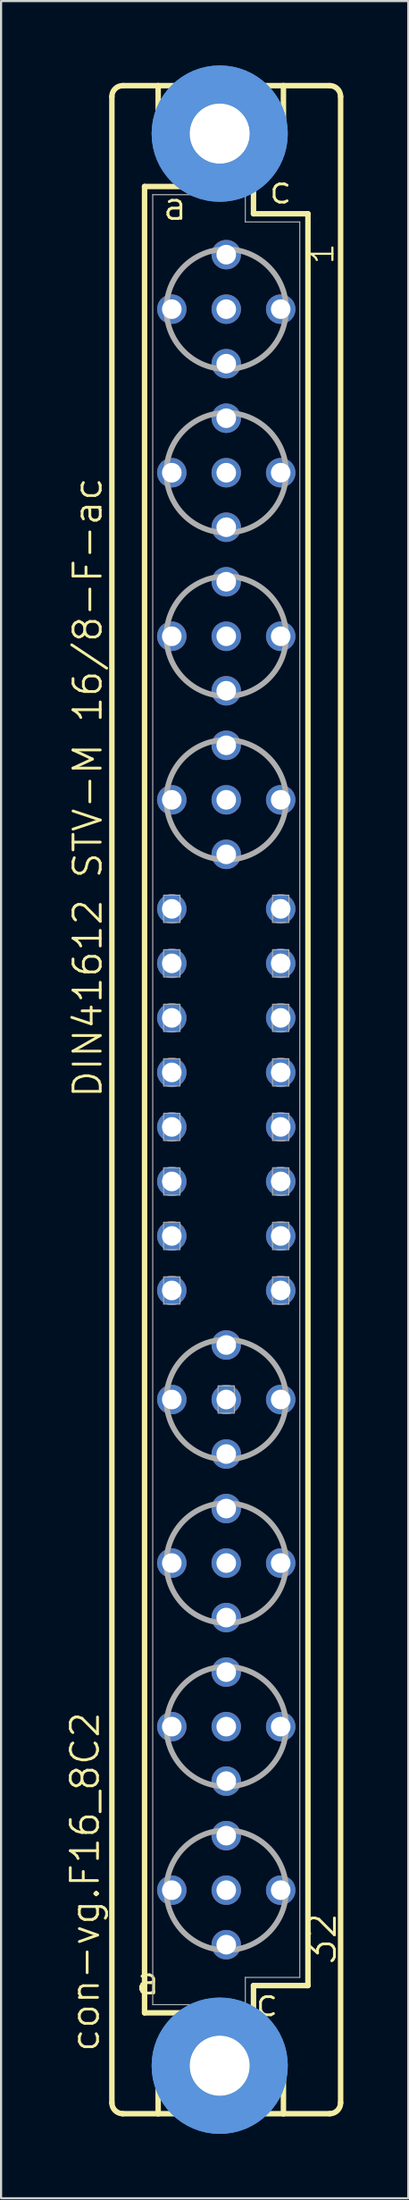
<source format=kicad_pcb>
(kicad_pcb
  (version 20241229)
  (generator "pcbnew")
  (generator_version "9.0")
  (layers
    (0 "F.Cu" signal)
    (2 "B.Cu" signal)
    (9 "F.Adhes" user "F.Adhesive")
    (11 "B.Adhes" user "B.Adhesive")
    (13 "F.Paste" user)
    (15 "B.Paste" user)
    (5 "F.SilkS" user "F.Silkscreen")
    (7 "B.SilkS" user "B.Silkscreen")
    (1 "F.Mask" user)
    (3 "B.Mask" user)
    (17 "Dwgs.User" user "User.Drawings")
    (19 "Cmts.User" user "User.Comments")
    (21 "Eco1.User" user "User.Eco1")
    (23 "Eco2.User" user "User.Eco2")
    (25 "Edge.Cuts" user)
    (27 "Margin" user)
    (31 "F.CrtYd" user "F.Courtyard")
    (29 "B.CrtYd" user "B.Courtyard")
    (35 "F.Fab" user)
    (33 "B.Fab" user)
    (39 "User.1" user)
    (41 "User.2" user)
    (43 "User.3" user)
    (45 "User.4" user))
  (footprint "con-vg.F16_8C2"
    (layer "F.Cu")
    (at 7.502 48.184)
    (property "Reference" "con-vg.F16_8C2" (at -5.842 44.45 90) (layer "F.SilkS") (effects (font (size 1.27 1.27) (thickness 0.13)) (justify left bottom)))
    (attr through_hole)
    (fp_line (start -5.334 46.736) (end -5.334 -46.736) (stroke (width 0.254) (type default)) (layer "F.SilkS"))
    (fp_line (start -4.826 -47.244) (end -3.175 -47.244) (stroke (width 0.254) (type default)) (layer "F.SilkS"))
    (fp_line (start -4.826 47.244) (end -3.175 47.244) (stroke (width 0.254) (type default)) (layer "F.SilkS"))
    (fp_line (start -3.81 -42.545) (end -3.81 42.545) (stroke (width 0.254) (type default)) (layer "F.SilkS"))
    (fp_line (start -3.81 42.545) (end -1.651 42.545) (stroke (width 0.254) (type default)) (layer "F.SilkS"))
    (fp_line (start -3.175 -47.244) (end -3.175 -44.45) (stroke (width 0.254) (type default)) (layer "F.SilkS"))
    (fp_line (start -3.175 47.244) (end -3.175 44.45) (stroke (width 0.254) (type default)) (layer "F.SilkS"))
    (fp_line (start -3.175 47.244) (end 2.667 47.244) (stroke (width 0.254) (type default)) (layer "F.SilkS"))
    (fp_line (start -1.651 -42.545) (end -3.81 -42.545) (stroke (width 0.254) (type default)) (layer "F.SilkS"))
    (fp_line (start -1.651 -42.545) (end -3.175 -44.45) (stroke (width 0.254) (type default)) (layer "F.SilkS"))
    (fp_line (start -1.651 42.545) (end -3.175 44.45) (stroke (width 0.254) (type default)) (layer "F.SilkS"))
    (fp_line (start -1.651 42.545) (end 1.143 42.545) (stroke (width 0.254) (type default)) (layer "F.SilkS"))
    (fp_line (start 1.143 -42.545) (end -1.651 -42.545) (stroke (width 0.254) (type default)) (layer "F.SilkS"))
    (fp_line (start 1.143 -42.545) (end 2.667 -44.45) (stroke (width 0.254) (type default)) (layer "F.SilkS"))
    (fp_line (start 1.143 42.545) (end 1.27 42.545) (stroke (width 0.254) (type default)) (layer "F.SilkS"))
    (fp_line (start 1.143 42.545) (end 2.667 44.45) (stroke (width 0.254) (type default)) (layer "F.SilkS"))
    (fp_line (start 1.27 -42.545) (end 1.143 -42.545) (stroke (width 0.254) (type default)) (layer "F.SilkS"))
    (fp_line (start 1.27 -41.275) (end 1.27 -42.545) (stroke (width 0.254) (type default)) (layer "F.SilkS"))
    (fp_line (start 1.27 41.275) (end 3.81 41.275) (stroke (width 0.254) (type default)) (layer "F.SilkS"))
    (fp_line (start 1.27 42.545) (end 1.27 41.275) (stroke (width 0.254) (type default)) (layer "F.SilkS"))
    (fp_line (start 2.667 -47.244) (end -3.175 -47.244) (stroke (width 0.254) (type default)) (layer "F.SilkS"))
    (fp_line (start 2.667 -47.244) (end 2.667 -44.45) (stroke (width 0.254) (type default)) (layer "F.SilkS"))
    (fp_line (start 2.667 47.244) (end 2.667 44.45) (stroke (width 0.254) (type default)) (layer "F.SilkS"))
    (fp_line (start 2.667 47.244) (end 4.826 47.244) (stroke (width 0.254) (type default)) (layer "F.SilkS"))
    (fp_line (start 3.81 -41.275) (end 1.27 -41.275) (stroke (width 0.254) (type default)) (layer "F.SilkS"))
    (fp_line (start 3.81 41.275) (end 3.81 -41.275) (stroke (width 0.254) (type default)) (layer "F.SilkS"))
    (fp_line (start 4.826 -47.244) (end 2.667 -47.244) (stroke (width 0.254) (type default)) (layer "F.SilkS"))
    (fp_line (start 5.334 46.736) (end 5.334 -46.736) (stroke (width 0.254) (type default)) (layer "F.SilkS"))
    (fp_arc (start -5.334 -46.736) (mid -5.18521 -47.09521) (end -4.826 -47.244) (stroke (width 0.254) (type default)) (layer "F.SilkS"))
    (fp_arc (start -4.826 47.244) (mid -5.18521 47.09521) (end -5.334 46.736) (stroke (width 0.254) (type default)) (layer "F.SilkS"))
    (fp_arc (start 4.826 -47.244) (mid 5.18521 -47.09521) (end 5.334 -46.736) (stroke (width 0.254) (type default)) (layer "F.SilkS"))
    (fp_arc (start 5.334 46.736) (mid 5.18521 47.09521) (end 4.826 47.244) (stroke (width 0.254) (type default)) (layer "F.SilkS"))
    (fp_circle (center -0.305 -45.009) (end 0.965 -45.009) (stroke (width 0.254) (type default)) (fill no) (layer "F.SilkS"))
    (fp_circle (center -0.305 45.009) (end 0.965 45.009) (stroke (width 0.254) (type default)) (fill no) (layer "F.SilkS"))
    (fp_circle (center -0.305 -45.009) (end 1.981 -45.009) (stroke (width 1.778) (type default)) (fill no) (layer "Cmts.User"))
    (fp_circle (center -0.305 -45.009) (end 1.981 -45.009) (stroke (width 1.778) (type default)) (fill no) (layer "Cmts.User"))
    (fp_circle (center -0.305 45.009) (end 1.981 45.009) (stroke (width 1.778) (type default)) (fill no) (layer "Cmts.User"))
    (fp_circle (center -0.305 45.009) (end 1.981 45.009) (stroke (width 1.778) (type default)) (fill no) (layer "Cmts.User"))
    (fp_line (start -3.429 -42.164) (end -3.429 42.164) (stroke (width 0.051) (type default)) (layer "F.Fab"))
    (fp_line (start -3.429 -42.164) (end 0.889 -42.164) (stroke (width 0.051) (type default)) (layer "F.Fab"))
    (fp_line (start -3.429 42.164) (end 0.889 42.164) (stroke (width 0.051) (type default)) (layer "F.Fab"))
    (fp_line (start 0.889 -42.164) (end 0.889 -40.894) (stroke (width 0.051) (type default)) (layer "F.Fab"))
    (fp_line (start 0.889 -40.894) (end 3.429 -40.894) (stroke (width 0.051) (type default)) (layer "F.Fab"))
    (fp_line (start 0.889 40.894) (end 3.429 40.894) (stroke (width 0.051) (type default)) (layer "F.Fab"))
    (fp_line (start 0.889 42.164) (end 0.889 40.894) (stroke (width 0.051) (type default)) (layer "F.Fab"))
    (fp_line (start 3.429 -40.894) (end 3.429 40.894) (stroke (width 0.051) (type default)) (layer "F.Fab"))
    (fp_rect (start -2.921 -8.255) (end -2.159 -9.525) (stroke (width 0.05) (type default)) (fill no) (layer "F.Fab"))
    (fp_rect (start -2.921 -5.715) (end -2.159 -6.985) (stroke (width 0.05) (type default)) (fill no) (layer "F.Fab"))
    (fp_rect (start -2.921 -3.175) (end -2.159 -4.445) (stroke (width 0.05) (type default)) (fill no) (layer "F.Fab"))
    (fp_rect (start -2.921 -0.635) (end -2.159 -1.905) (stroke (width 0.05) (type default)) (fill no) (layer "F.Fab"))
    (fp_rect (start -2.921 1.905) (end -2.159 0.635) (stroke (width 0.05) (type default)) (fill no) (layer "F.Fab"))
    (fp_rect (start -2.921 4.445) (end -2.159 3.175) (stroke (width 0.05) (type default)) (fill no) (layer "F.Fab"))
    (fp_rect (start -2.921 6.985) (end -2.159 5.715) (stroke (width 0.05) (type default)) (fill no) (layer "F.Fab"))
    (fp_rect (start -2.921 9.525) (end -2.159 8.255) (stroke (width 0.05) (type default)) (fill no) (layer "F.Fab"))
    (fp_rect (start -0.381 14.605) (end 0.381 13.335) (stroke (width 0.05) (type default)) (fill no) (layer "F.Fab"))
    (fp_rect (start 2.159 -8.255) (end 2.921 -9.525) (stroke (width 0.05) (type default)) (fill no) (layer "F.Fab"))
    (fp_rect (start 2.159 -5.715) (end 2.921 -6.985) (stroke (width 0.05) (type default)) (fill no) (layer "F.Fab"))
    (fp_rect (start 2.159 -3.175) (end 2.921 -4.445) (stroke (width 0.05) (type default)) (fill no) (layer "F.Fab"))
    (fp_rect (start 2.159 -0.635) (end 2.921 -1.905) (stroke (width 0.05) (type default)) (fill no) (layer "F.Fab"))
    (fp_rect (start 2.159 1.905) (end 2.921 0.635) (stroke (width 0.05) (type default)) (fill no) (layer "F.Fab"))
    (fp_rect (start 2.159 4.445) (end 2.921 3.175) (stroke (width 0.05) (type default)) (fill no) (layer "F.Fab"))
    (fp_rect (start 2.159 6.985) (end 2.921 5.715) (stroke (width 0.05) (type default)) (fill no) (layer "F.Fab"))
    (fp_rect (start 2.159 9.525) (end 2.921 8.255) (stroke (width 0.05) (type default)) (fill no) (layer "F.Fab"))
    (fp_circle (center 0 -36.83) (end 2.794 -36.83) (stroke (width 0.254) (type default)) (fill no) (layer "F.Fab"))
    (fp_circle (center 0 -29.21) (end 2.794 -29.21) (stroke (width 0.254) (type default)) (fill no) (layer "F.Fab"))
    (fp_circle (center 0 -21.59) (end 2.794 -21.59) (stroke (width 0.254) (type default)) (fill no) (layer "F.Fab"))
    (fp_circle (center 0 -13.97) (end 2.794 -13.97) (stroke (width 0.254) (type default)) (fill no) (layer "F.Fab"))
    (fp_circle (center 0 13.97) (end 2.794 13.97) (stroke (width 0.254) (type default)) (fill no) (layer "F.Fab"))
    (fp_circle (center 0 21.59) (end 2.794 21.59) (stroke (width 0.254) (type default)) (fill no) (layer "F.Fab"))
    (fp_circle (center 0 29.21) (end 2.794 29.21) (stroke (width 0.254) (type default)) (fill no) (layer "F.Fab"))
    (fp_circle (center 0 36.83) (end 2.794 36.83) (stroke (width 0.254) (type default)) (fill no) (layer "F.Fab"))
    (fp_text user "a " (at -4.318 41.783 0) (layer "F.SilkS") (effects (font (size 1.27 1.27) (thickness 0.13)) (justify left bottom)))
    (fp_text user "32" (at 5.207 40.386 90) (layer "F.SilkS") (effects (font (size 1.27 1.27) (thickness 0.13)) (justify left bottom)))
    (fp_text user "c" (at 1.905 -41.656 0) (layer "F.SilkS") (effects (font (size 1.27 1.27) (thickness 0.13)) (justify left bottom)))
    (fp_text user "a" (at -3.048 -40.894 0) (layer "F.SilkS") (effects (font (size 1.27 1.27) (thickness 0.13)) (justify left bottom)))
    (fp_text user "1" (at 5.08 -38.862 90) (layer "F.SilkS") (effects (font (size 1.016 1.016) (thickness 0.1)) (justify left bottom)))
    (fp_text user "DIN41612 STV-M 16/8-F-ac" (at -5.715 0 90) (layer "F.SilkS") (effects (font (size 1.27 1.27) (thickness 0.13)) (justify left bottom)))
    (fp_text user "c " (at 1.27 42.799 0) (layer "F.SilkS") (effects (font (size 1.27 1.27) (thickness 0.13)) (justify left bottom)))
    (pad "" np_thru_hole circle (at -0.305 -45.009) (size 2.794 2.794) (drill 2.794) (layers "*.Cu" "*.Mask"))
    (pad "" np_thru_hole circle (at -0.305 45.009) (size 2.794 2.794) (drill 2.794) (layers "*.Cu" "*.Mask"))
    (pad "A2" thru_hole circle (at -2.54 -36.83) (size 1.372 1.372) (drill 0.914) (layers "*.Cu" "*.Mask"))
    (pad "A5" thru_hole circle (at -2.54 -29.21) (size 1.372 1.372) (drill 0.914) (layers "*.Cu" "*.Mask"))
    (pad "A8" thru_hole circle (at -2.54 -21.59) (size 1.372 1.372) (drill 0.914) (layers "*.Cu" "*.Mask"))
    (pad "A11" thru_hole circle (at -2.54 -13.97) (size 1.372 1.372) (drill 0.914) (layers "*.Cu" "*.Mask"))
    (pad "A13" thru_hole circle (at -2.54 -8.89) (size 1.372 1.372) (drill 0.914) (layers "*.Cu" "*.Mask"))
    (pad "A14" thru_hole circle (at -2.54 -6.35) (size 1.372 1.372) (drill 0.914) (layers "*.Cu" "*.Mask"))
    (pad "A15" thru_hole circle (at -2.54 -3.81) (size 1.372 1.372) (drill 0.914) (layers "*.Cu" "*.Mask"))
    (pad "A16" thru_hole circle (at -2.54 -1.27) (size 1.372 1.372) (drill 0.914) (layers "*.Cu" "*.Mask"))
    (pad "A17" thru_hole circle (at -2.54 1.27) (size 1.372 1.372) (drill 0.914) (layers "*.Cu" "*.Mask"))
    (pad "A18" thru_hole circle (at -2.54 3.81) (size 1.372 1.372) (drill 0.914) (layers "*.Cu" "*.Mask"))
    (pad "A19" thru_hole circle (at -2.54 6.35) (size 1.372 1.372) (drill 0.914) (layers "*.Cu" "*.Mask"))
    (pad "A20" thru_hole circle (at -2.54 8.89) (size 1.372 1.372) (drill 0.914) (layers "*.Cu" "*.Mask"))
    (pad "A22" thru_hole circle (at -2.54 13.97) (size 1.372 1.372) (drill 0.914) (layers "*.Cu" "*.Mask"))
    (pad "A25" thru_hole circle (at -2.54 21.59) (size 1.372 1.372) (drill 0.914) (layers "*.Cu" "*.Mask"))
    (pad "A28" thru_hole circle (at -2.54 29.21) (size 1.372 1.372) (drill 0.914) (layers "*.Cu" "*.Mask"))
    (pad "A31" thru_hole circle (at -2.54 36.83) (size 1.372 1.372) (drill 0.914) (layers "*.Cu" "*.Mask"))
    (pad "B1" thru_hole circle (at 0 -39.37) (size 1.372 1.372) (drill 0.914) (layers "*.Cu" "*.Mask"))
    (pad "B2" thru_hole circle (at 0 -36.83) (size 1.372 1.372) (drill 0.914) (layers "*.Cu" "*.Mask"))
    (pad "B3" thru_hole circle (at 0 -34.29) (size 1.372 1.372) (drill 0.914) (layers "*.Cu" "*.Mask"))
    (pad "B4" thru_hole circle (at 0 -31.75) (size 1.372 1.372) (drill 0.914) (layers "*.Cu" "*.Mask"))
    (pad "B5" thru_hole circle (at 0 -29.21) (size 1.372 1.372) (drill 0.914) (layers "*.Cu" "*.Mask"))
    (pad "B6" thru_hole circle (at 0 -26.67) (size 1.372 1.372) (drill 0.914) (layers "*.Cu" "*.Mask"))
    (pad "B7" thru_hole circle (at 0 -24.13) (size 1.372 1.372) (drill 0.914) (layers "*.Cu" "*.Mask"))
    (pad "B8" thru_hole circle (at 0 -21.59) (size 1.372 1.372) (drill 0.914) (layers "*.Cu" "*.Mask"))
    (pad "B9" thru_hole circle (at 0 -19.05) (size 1.372 1.372) (drill 0.914) (layers "*.Cu" "*.Mask"))
    (pad "B10" thru_hole circle (at 0 -16.51) (size 1.372 1.372) (drill 0.914) (layers "*.Cu" "*.Mask"))
    (pad "B11" thru_hole circle (at 0 -13.97) (size 1.372 1.372) (drill 0.914) (layers "*.Cu" "*.Mask"))
    (pad "B12" thru_hole circle (at 0 -11.43) (size 1.372 1.372) (drill 0.914) (layers "*.Cu" "*.Mask"))
    (pad "B21" thru_hole circle (at 0 11.43) (size 1.372 1.372) (drill 0.914) (layers "*.Cu" "*.Mask"))
    (pad "B22" thru_hole circle (at 0 13.97) (size 1.372 1.372) (drill 0.914) (layers "*.Cu" "*.Mask"))
    (pad "B23" thru_hole circle (at 0 16.51) (size 1.372 1.372) (drill 0.914) (layers "*.Cu" "*.Mask"))
    (pad "B24" thru_hole circle (at 0 19.05) (size 1.372 1.372) (drill 0.914) (layers "*.Cu" "*.Mask"))
    (pad "B25" thru_hole circle (at 0 21.59) (size 1.372 1.372) (drill 0.914) (layers "*.Cu" "*.Mask"))
    (pad "B26" thru_hole circle (at 0 24.13) (size 1.372 1.372) (drill 0.914) (layers "*.Cu" "*.Mask"))
    (pad "B27" thru_hole circle (at 0 26.67) (size 1.372 1.372) (drill 0.914) (layers "*.Cu" "*.Mask"))
    (pad "B28" thru_hole circle (at 0 29.21) (size 1.372 1.372) (drill 0.914) (layers "*.Cu" "*.Mask"))
    (pad "B29" thru_hole circle (at 0 31.75) (size 1.372 1.372) (drill 0.914) (layers "*.Cu" "*.Mask"))
    (pad "B30" thru_hole circle (at 0 34.29) (size 1.372 1.372) (drill 0.914) (layers "*.Cu" "*.Mask"))
    (pad "B31" thru_hole circle (at 0 36.83) (size 1.372 1.372) (drill 0.914) (layers "*.Cu" "*.Mask"))
    (pad "B32" thru_hole circle (at 0 39.37) (size 1.372 1.372) (drill 0.914) (layers "*.Cu" "*.Mask"))
    (pad "C2" thru_hole circle (at 2.54 -36.83) (size 1.372 1.372) (drill 0.914) (layers "*.Cu" "*.Mask"))
    (pad "C5" thru_hole circle (at 2.54 -29.21) (size 1.372 1.372) (drill 0.914) (layers "*.Cu" "*.Mask"))
    (pad "C8" thru_hole circle (at 2.54 -21.59) (size 1.372 1.372) (drill 0.914) (layers "*.Cu" "*.Mask"))
    (pad "C11" thru_hole circle (at 2.54 -13.97) (size 1.372 1.372) (drill 0.914) (layers "*.Cu" "*.Mask"))
    (pad "C13" thru_hole circle (at 2.54 -8.89) (size 1.372 1.372) (drill 0.914) (layers "*.Cu" "*.Mask"))
    (pad "C14" thru_hole circle (at 2.54 -6.35) (size 1.372 1.372) (drill 0.914) (layers "*.Cu" "*.Mask"))
    (pad "C15" thru_hole circle (at 2.54 -3.81) (size 1.372 1.372) (drill 0.914) (layers "*.Cu" "*.Mask"))
    (pad "C16" thru_hole circle (at 2.54 -1.27) (size 1.372 1.372) (drill 0.914) (layers "*.Cu" "*.Mask"))
    (pad "C17" thru_hole circle (at 2.54 1.27) (size 1.372 1.372) (drill 0.914) (layers "*.Cu" "*.Mask"))
    (pad "C18" thru_hole circle (at 2.54 3.81) (size 1.372 1.372) (drill 0.914) (layers "*.Cu" "*.Mask"))
    (pad "C19" thru_hole circle (at 2.54 6.35) (size 1.372 1.372) (drill 0.914) (layers "*.Cu" "*.Mask"))
    (pad "C20" thru_hole circle (at 2.54 8.89) (size 1.372 1.372) (drill 0.914) (layers "*.Cu" "*.Mask"))
    (pad "C22" thru_hole circle (at 2.54 13.97) (size 1.372 1.372) (drill 0.914) (layers "*.Cu" "*.Mask"))
    (pad "C25" thru_hole circle (at 2.54 21.59) (size 1.372 1.372) (drill 0.914) (layers "*.Cu" "*.Mask"))
    (pad "C28" thru_hole circle (at 2.54 29.21) (size 1.372 1.372) (drill 0.914) (layers "*.Cu" "*.Mask"))
    (pad "C31" thru_hole circle (at 2.54 36.83) (size 1.372 1.372) (drill 0.914) (layers "*.Cu" "*.Mask")))
  (gr_rect
    (start -3 -3)
    (end 15.991 99.368)
    (stroke (width 0.1) (type default))
    (fill no)
    (layer "Edge.Cuts")))
</source>
